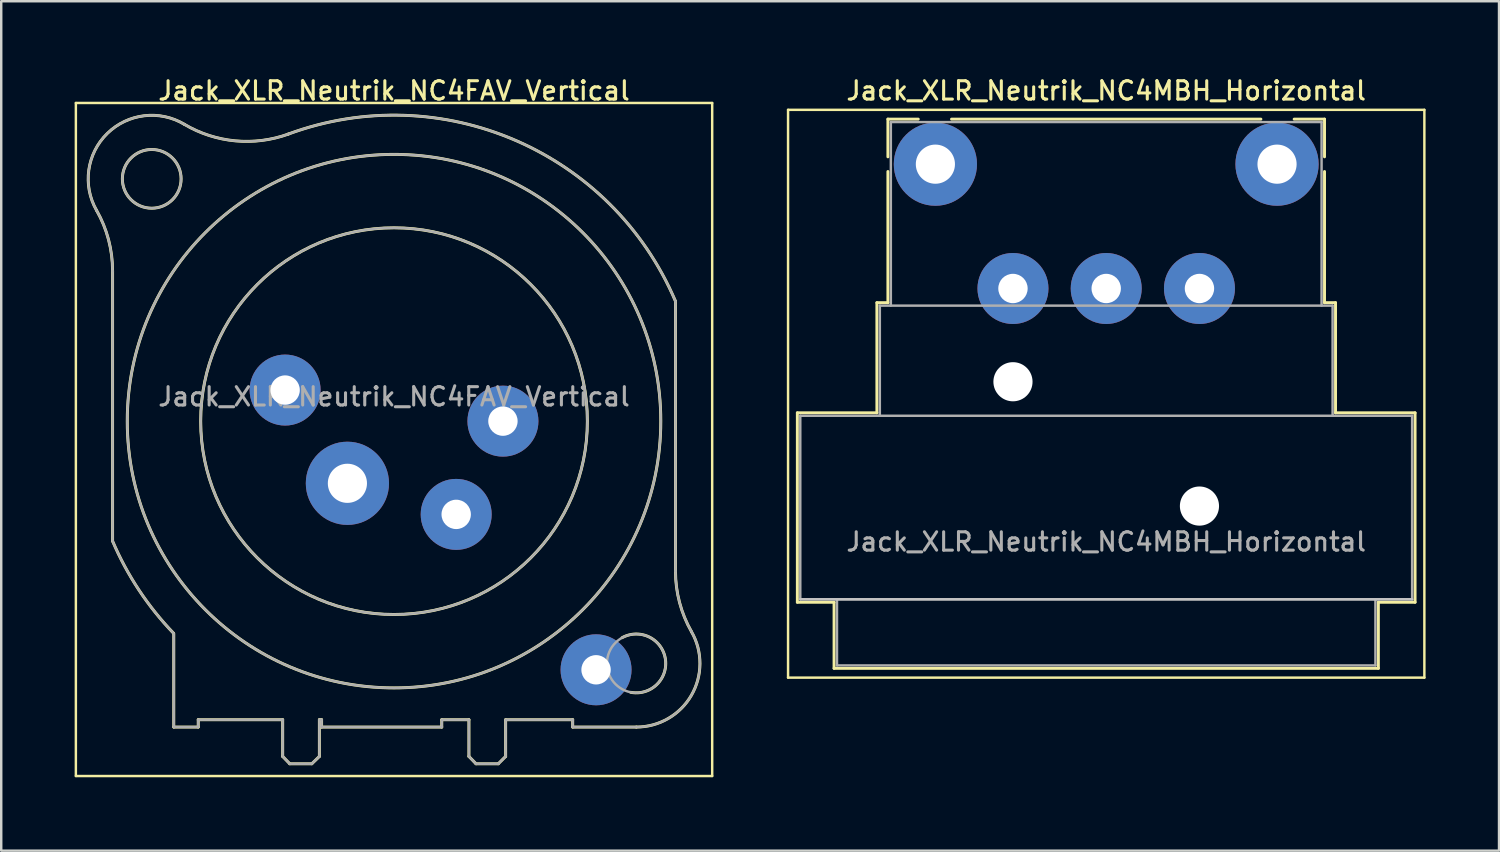
<source format=kicad_pcb>
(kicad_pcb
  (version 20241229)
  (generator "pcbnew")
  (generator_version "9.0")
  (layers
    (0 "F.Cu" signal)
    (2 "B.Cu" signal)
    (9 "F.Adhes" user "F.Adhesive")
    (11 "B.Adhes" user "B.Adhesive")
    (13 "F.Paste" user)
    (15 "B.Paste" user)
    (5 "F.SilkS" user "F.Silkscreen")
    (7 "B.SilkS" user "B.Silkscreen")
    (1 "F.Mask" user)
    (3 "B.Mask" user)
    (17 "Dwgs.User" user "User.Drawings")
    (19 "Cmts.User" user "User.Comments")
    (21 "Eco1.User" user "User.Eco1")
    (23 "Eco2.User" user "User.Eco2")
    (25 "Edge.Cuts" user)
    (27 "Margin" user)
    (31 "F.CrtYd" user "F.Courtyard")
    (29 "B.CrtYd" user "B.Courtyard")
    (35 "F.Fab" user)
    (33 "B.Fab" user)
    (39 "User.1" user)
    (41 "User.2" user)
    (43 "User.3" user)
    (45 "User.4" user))
  (footprint "Jack_XLR_Neutrik_NC4FAV_Vertical"
    (layer "F.Cu")
    (at 17.5 14.158)
    (property "Reference" "Jack_XLR_Neutrik_NC4FAV_Vertical" (at -4.45 -13.5 0) (layer "F.SilkS") (effects (font (size 0.75 0.75) (thickness 0.125))))
    (attr through_hole)
    (fp_line (start -17.45 -13) (end 8.55 -13) (stroke (width 0.1) (type solid)) (layer "F.SilkS"))
    (fp_line (start -17.45 14.5) (end -17.45 -13) (stroke (width 0.1) (type solid)) (layer "F.SilkS"))
    (fp_line (start -15.95 -6.13) (end -15.95 4.9) (stroke (width 0.12) (type solid)) (layer "F.SilkS"))
    (fp_line (start -13.45 8.68) (end -13.45 12.5) (stroke (width 0.12) (type solid)) (layer "F.SilkS"))
    (fp_line (start -12.45 12.2) (end -12.45 12.5) (stroke (width 0.12) (type solid)) (layer "F.SilkS"))
    (fp_line (start -12.45 12.5) (end -13.45 12.5) (stroke (width 0.12) (type solid)) (layer "F.SilkS"))
    (fp_line (start -9 12.2) (end -12.45 12.2) (stroke (width 0.12) (type solid)) (layer "F.SilkS"))
    (fp_line (start -9 12.2) (end -9 13.7) (stroke (width 0.12) (type solid)) (layer "F.SilkS"))
    (fp_line (start -9 13.7) (end -8.71 14) (stroke (width 0.12) (type solid)) (layer "F.SilkS"))
    (fp_line (start -8.71 14) (end -7.81 14) (stroke (width 0.12) (type solid)) (layer "F.SilkS"))
    (fp_line (start -7.5 12.2) (end -7.5 13.7) (stroke (width 0.12) (type solid)) (layer "F.SilkS"))
    (fp_line (start -7.5 13.7) (end -7.81 14) (stroke (width 0.12) (type solid)) (layer "F.SilkS"))
    (fp_line (start -7.41 12.2) (end -7.5 12.2) (stroke (width 0.12) (type solid)) (layer "F.SilkS"))
    (fp_line (start -7.41 12.2) (end -7.41 12.5) (stroke (width 0.12) (type solid)) (layer "F.SilkS"))
    (fp_line (start -2.5 12.2) (end -2.5 12.5) (stroke (width 0.12) (type solid)) (layer "F.SilkS"))
    (fp_line (start -2.5 12.2) (end -1.39 12.2) (stroke (width 0.12) (type solid)) (layer "F.SilkS"))
    (fp_line (start -2.5 12.5) (end -7.41 12.5) (stroke (width 0.12) (type solid)) (layer "F.SilkS"))
    (fp_line (start -1.39 12.2) (end -1.39 13.7) (stroke (width 0.12) (type solid)) (layer "F.SilkS"))
    (fp_line (start -1.39 13.7) (end -1.1 14) (stroke (width 0.12) (type solid)) (layer "F.SilkS"))
    (fp_line (start -1.1 14) (end -0.19 14) (stroke (width 0.12) (type solid)) (layer "F.SilkS"))
    (fp_line (start 0.11 12.2) (end 0.11 13.7) (stroke (width 0.12) (type solid)) (layer "F.SilkS"))
    (fp_line (start 0.11 12.2) (end 2.85 12.2) (stroke (width 0.12) (type solid)) (layer "F.SilkS"))
    (fp_line (start 0.11 13.7) (end -0.19 14) (stroke (width 0.12) (type solid)) (layer "F.SilkS"))
    (fp_line (start 2.85 12.2) (end 2.85 12.5) (stroke (width 0.12) (type solid)) (layer "F.SilkS"))
    (fp_line (start 5.45 12.5) (end 2.85 12.5) (stroke (width 0.12) (type solid)) (layer "F.SilkS"))
    (fp_line (start 7.05 6.13) (end 7.05 -4.9) (stroke (width 0.12) (type solid)) (layer "F.SilkS"))
    (fp_line (start 8.55 -13) (end 8.55 14.5) (stroke (width 0.1) (type solid)) (layer "F.SilkS"))
    (fp_line (start 8.55 14.5) (end -17.45 14.5) (stroke (width 0.1) (type solid)) (layer "F.SilkS"))
    (fp_arc (start -16.605678 -8.61403) (mid -16.167892 -11.753934) (end -13.02 -12.13) (stroke (width 0.12) (type solid)) (layer "F.SilkS"))
    (fp_arc (start -16.601888 -8.608607) (mid -16.114437 -7.411781) (end -15.95 -6.13) (stroke (width 0.12) (type solid)) (layer "F.SilkS"))
    (fp_arc (start -13.460471 8.664376) (mid -14.876528 6.89547) (end -15.95 4.9) (stroke (width 0.12) (type solid)) (layer "F.SilkS"))
    (fp_arc (start -8.782378 -11.725634) (mid 0.49884 -11.479067) (end 7.05 -4.9) (stroke (width 0.12) (type solid)) (layer "F.SilkS"))
    (fp_arc (start -8.765808 -11.730188) (mid -10.937772 -11.452682) (end -13.02 -12.13) (stroke (width 0.12) (type solid)) (layer "F.SilkS"))
    (fp_arc (start 4.867701 8.848226) (mid 6.637502 9.712546) (end 5.22 11.08) (stroke (width 0.12) (type solid)) (layer "F.SilkS"))
    (fp_arc (start 7.706842 8.607293) (mid 7.216999 7.411447) (end 7.05 6.13) (stroke (width 0.12) (type solid)) (layer "F.SilkS"))
    (fp_arc (start 7.708442 8.611807) (mid 7.698255 11.20589) (end 5.45 12.5) (stroke (width 0.12) (type solid)) (layer "F.SilkS"))
    (fp_circle (center -14.35 -9.9) (end -13.15 -9.9) (stroke (width 0.12) (type solid)) (fill no) (layer "F.SilkS"))
    (fp_circle (center -4.45 0) (end 3.45 0) (stroke (width 0.12) (type solid)) (fill no) (layer "F.SilkS"))
    (fp_circle (center -4.45 0) (end 6.45 0) (stroke (width 0.12) (type solid)) (fill no) (layer "F.SilkS"))
    (fp_line (start -15.95 -6.13) (end -15.95 4.9) (stroke (width 0.1) (type solid)) (layer "F.Fab"))
    (fp_line (start -13.45 8.68) (end -13.45 12.5) (stroke (width 0.1) (type solid)) (layer "F.Fab"))
    (fp_line (start -12.45 12.2) (end -12.45 12.5) (stroke (width 0.1) (type solid)) (layer "F.Fab"))
    (fp_line (start -12.45 12.5) (end -13.45 12.5) (stroke (width 0.1) (type solid)) (layer "F.Fab"))
    (fp_line (start -9 12.2) (end -12.45 12.2) (stroke (width 0.1) (type solid)) (layer "F.Fab"))
    (fp_line (start -9 12.2) (end -9 13.7) (stroke (width 0.1) (type solid)) (layer "F.Fab"))
    (fp_line (start -9 13.7) (end -8.71 14) (stroke (width 0.1) (type solid)) (layer "F.Fab"))
    (fp_line (start -8.71 14) (end -7.81 14) (stroke (width 0.1) (type solid)) (layer "F.Fab"))
    (fp_line (start -7.5 12.2) (end -7.5 13.7) (stroke (width 0.1) (type solid)) (layer "F.Fab"))
    (fp_line (start -7.5 13.7) (end -7.81 14) (stroke (width 0.1) (type solid)) (layer "F.Fab"))
    (fp_line (start -7.41 12.2) (end -7.5 12.2) (stroke (width 0.1) (type solid)) (layer "F.Fab"))
    (fp_line (start -7.41 12.2) (end -7.41 12.5) (stroke (width 0.1) (type solid)) (layer "F.Fab"))
    (fp_line (start -2.5 12.2) (end -2.5 12.5) (stroke (width 0.1) (type solid)) (layer "F.Fab"))
    (fp_line (start -2.5 12.2) (end -1.39 12.2) (stroke (width 0.1) (type solid)) (layer "F.Fab"))
    (fp_line (start -2.5 12.5) (end -7.41 12.5) (stroke (width 0.1) (type solid)) (layer "F.Fab"))
    (fp_line (start -1.39 12.2) (end -1.39 13.7) (stroke (width 0.1) (type solid)) (layer "F.Fab"))
    (fp_line (start -1.39 13.7) (end -1.1 14) (stroke (width 0.1) (type solid)) (layer "F.Fab"))
    (fp_line (start -1.1 14) (end -0.19 14) (stroke (width 0.1) (type solid)) (layer "F.Fab"))
    (fp_line (start 0.11 12.2) (end 0.11 13.7) (stroke (width 0.1) (type solid)) (layer "F.Fab"))
    (fp_line (start 0.11 12.2) (end 2.85 12.2) (stroke (width 0.1) (type solid)) (layer "F.Fab"))
    (fp_line (start 0.11 13.7) (end -0.19 14) (stroke (width 0.1) (type solid)) (layer "F.Fab"))
    (fp_line (start 2.85 12.2) (end 2.85 12.5) (stroke (width 0.1) (type solid)) (layer "F.Fab"))
    (fp_line (start 5.45 12.5) (end 2.85 12.5) (stroke (width 0.1) (type solid)) (layer "F.Fab"))
    (fp_line (start 7.05 6.13) (end 7.05 -4.9) (stroke (width 0.1) (type solid)) (layer "F.Fab"))
    (fp_arc (start -16.605678 -8.61403) (mid -16.167892 -11.753934) (end -13.02 -12.13) (stroke (width 0.1) (type solid)) (layer "F.Fab"))
    (fp_arc (start -16.601888 -8.608607) (mid -16.114437 -7.411781) (end -15.95 -6.13) (stroke (width 0.1) (type solid)) (layer "F.Fab"))
    (fp_arc (start -13.460471 8.664376) (mid -14.876528 6.89547) (end -15.95 4.9) (stroke (width 0.1) (type solid)) (layer "F.Fab"))
    (fp_arc (start -8.782378 -11.725634) (mid 0.49884 -11.479067) (end 7.05 -4.9) (stroke (width 0.1) (type solid)) (layer "F.Fab"))
    (fp_arc (start -8.765808 -11.730188) (mid -10.937772 -11.452682) (end -13.02 -12.13) (stroke (width 0.1) (type solid)) (layer "F.Fab"))
    (fp_arc (start 7.706842 8.607293) (mid 7.216999 7.411447) (end 7.05 6.13) (stroke (width 0.1) (type solid)) (layer "F.Fab"))
    (fp_arc (start 7.708442 8.611807) (mid 7.698255 11.20589) (end 5.45 12.5) (stroke (width 0.1) (type solid)) (layer "F.Fab"))
    (fp_circle (center -14.35 -9.9) (end -13.15 -9.9) (stroke (width 0.1) (type solid)) (fill no) (layer "F.Fab"))
    (fp_circle (center -4.45 0) (end 3.45 0) (stroke (width 0.1) (type solid)) (fill no) (layer "F.Fab"))
    (fp_circle (center -4.45 0) (end 6.45 0) (stroke (width 0.1) (type solid)) (fill no) (layer "F.Fab"))
    (fp_circle (center 5.45 9.9) (end 6.65 9.9) (stroke (width 0.1) (type solid)) (fill no) (layer "F.Fab"))
    (fp_text user "${REFERENCE}" (at -4.45 -1 0) (layer "F.Fab") (effects (font (size 0.75 0.75) (thickness 0.125))))
    (pad "1" thru_hole circle (at 0 0) (size 2.9 2.9) (drill 1.2) (layers "*.Cu" "*.Mask"))
    (pad "2" thru_hole circle (at -1.91 3.81) (size 2.9 2.9) (drill 1.2) (layers "*.Cu" "*.Mask"))
    (pad "3" thru_hole circle (at -6.355 2.54) (size 3.4 3.4) (drill 1.6) (layers "*.Cu" "*.Mask"))
    (pad "4" thru_hole circle (at -8.9 -1.27) (size 2.9 2.9) (drill 1.2) (layers "*.Cu" "*.Mask"))
    (pad "G" thru_hole circle (at 3.805 10.16) (size 2.9 2.9) (drill 1.2) (layers "*.Cu" "*.Mask")))
  (footprint "Jack_XLR_Neutrik_NC4MBH_Horizontal"
    (layer "F.Cu")
    (at 35.17 3.658)
    (property "Reference" "Jack_XLR_Neutrik_NC4MBH_Horizontal" (at 6.98 -3 0) (layer "F.SilkS") (effects (font (size 0.75 0.75) (thickness 0.125))))
    (attr through_hole)
    (fp_line (start -6.02 20.98) (end -6.02 -2.22) (stroke (width 0.1) (type solid)) (layer "F.SilkS"))
    (fp_line (start -5.64 10.16) (end -2.39 10.16) (stroke (width 0.12) (type solid)) (layer "F.SilkS"))
    (fp_line (start -5.64 17.9) (end -5.64 10.16) (stroke (width 0.12) (type solid)) (layer "F.SilkS"))
    (fp_line (start -4.14 17.9) (end -5.64 17.9) (stroke (width 0.12) (type solid)) (layer "F.SilkS"))
    (fp_line (start -4.14 17.9) (end -4.14 20.6) (stroke (width 0.12) (type solid)) (layer "F.SilkS"))
    (fp_line (start -2.39 10.16) (end -2.39 5.66) (stroke (width 0.12) (type solid)) (layer "F.SilkS"))
    (fp_line (start -1.94 -1.84) (end -1.94 -0.3) (stroke (width 0.12) (type solid)) (layer "F.SilkS"))
    (fp_line (start -1.94 -1.84) (end -0.7 -1.84) (stroke (width 0.12) (type solid)) (layer "F.SilkS"))
    (fp_line (start -1.94 5.66) (end -2.39 5.66) (stroke (width 0.12) (type solid)) (layer "F.SilkS"))
    (fp_line (start -1.94 5.66) (end -1.94 0.3) (stroke (width 0.12) (type solid)) (layer "F.SilkS"))
    (fp_line (start 13.3 -1.84) (end 0.66 -1.84) (stroke (width 0.12) (type solid)) (layer "F.SilkS"))
    (fp_line (start 15.9 -1.84) (end 14.66 -1.84) (stroke (width 0.12) (type solid)) (layer "F.SilkS"))
    (fp_line (start 15.9 -1.84) (end 15.9 -0.3) (stroke (width 0.12) (type solid)) (layer "F.SilkS"))
    (fp_line (start 15.9 5.66) (end 15.9 0.3) (stroke (width 0.12) (type solid)) (layer "F.SilkS"))
    (fp_line (start 15.9 5.66) (end 16.35 5.66) (stroke (width 0.12) (type solid)) (layer "F.SilkS"))
    (fp_line (start 16.35 10.16) (end 16.35 5.66) (stroke (width 0.12) (type solid)) (layer "F.SilkS"))
    (fp_line (start 16.35 10.16) (end 19.6 10.16) (stroke (width 0.12) (type solid)) (layer "F.SilkS"))
    (fp_line (start 18.1 17.9) (end 18.1 20.6) (stroke (width 0.12) (type solid)) (layer "F.SilkS"))
    (fp_line (start 18.1 20.6) (end -4.14 20.6) (stroke (width 0.12) (type solid)) (layer "F.SilkS"))
    (fp_line (start 19.6 17.9) (end 18.1 17.9) (stroke (width 0.12) (type solid)) (layer "F.SilkS"))
    (fp_line (start 19.6 17.9) (end 19.6 10.16) (stroke (width 0.12) (type solid)) (layer "F.SilkS"))
    (fp_line (start 19.98 -2.22) (end -6.02 -2.22) (stroke (width 0.1) (type solid)) (layer "F.SilkS"))
    (fp_line (start 19.98 20.98) (end -6.02 20.98) (stroke (width 0.1) (type solid)) (layer "F.SilkS"))
    (fp_line (start 19.98 20.98) (end 19.98 -2.22) (stroke (width 0.1) (type solid)) (layer "F.SilkS"))
    (fp_line (start 19.48 17.78) (end -5.52 17.78) (stroke (width 0.1) (type solid)) (layer "Dwgs.User"))
    (fp_line (start -5.52 10.28) (end 19.48 10.28) (stroke (width 0.1) (type solid)) (layer "F.Fab"))
    (fp_line (start -5.52 17.78) (end -5.52 10.28) (stroke (width 0.1) (type solid)) (layer "F.Fab"))
    (fp_line (start -4.02 20.48) (end -4.02 17.78) (stroke (width 0.1) (type solid)) (layer "F.Fab"))
    (fp_line (start -2.27 5.78) (end -2.27 10.28) (stroke (width 0.1) (type solid)) (layer "F.Fab"))
    (fp_line (start -2.27 5.78) (end 16.23 5.78) (stroke (width 0.1) (type solid)) (layer "F.Fab"))
    (fp_line (start -1.82 5.78) (end -1.82 -1.72) (stroke (width 0.1) (type solid)) (layer "F.Fab"))
    (fp_line (start 15.78 -1.72) (end -1.82 -1.72) (stroke (width 0.1) (type solid)) (layer "F.Fab"))
    (fp_line (start 15.78 5.78) (end 15.78 -1.72) (stroke (width 0.1) (type solid)) (layer "F.Fab"))
    (fp_line (start 16.23 10.28) (end 16.23 5.78) (stroke (width 0.1) (type solid)) (layer "F.Fab"))
    (fp_line (start 17.98 17.78) (end 17.98 20.48) (stroke (width 0.1) (type solid)) (layer "F.Fab"))
    (fp_line (start 17.98 20.48) (end -4.02 20.48) (stroke (width 0.1) (type solid)) (layer "F.Fab"))
    (fp_line (start 19.48 10.28) (end 19.48 17.78) (stroke (width 0.1) (type solid)) (layer "F.Fab"))
    (fp_line (start 19.48 17.78) (end -5.52 17.78) (stroke (width 0.1) (type solid)) (layer "F.Fab"))
    (fp_text user "${REFERENCE}" (at 6.98 15.43 0) (layer "F.Fab") (effects (font (size 0.75 0.75) (thickness 0.125))))
    (pad "" np_thru_hole circle (at 3.17 8.89) (size 1.6 1.6) (drill 1.6) (layers "*.Cu" "*.Mask"))
    (pad "" np_thru_hole circle (at 10.79 13.97) (size 1.6 1.6) (drill 1.6) (layers "*.Cu" "*.Mask"))
    (pad "1" thru_hole circle (at 0 0) (size 3.4 3.4) (drill 1.6) (layers "*.Cu" "*.Mask"))
    (pad "2" thru_hole circle (at 3.17 5.08) (size 2.9 2.9) (drill 1.2) (layers "*.Cu" "*.Mask"))
    (pad "3" thru_hole circle (at 10.79 5.08) (size 2.9 2.9) (drill 1.2) (layers "*.Cu" "*.Mask"))
    (pad "4" thru_hole circle (at 13.96 0) (size 3.4 3.4) (drill 1.6) (layers "*.Cu" "*.Mask"))
    (pad "G" thru_hole circle (at 6.98 5.08) (size 2.9 2.9) (drill 1.2) (layers "*.Cu" "*.Mask")))
  (gr_rect
    (start -3 -3)
    (end 58.2 31.708)
    (stroke (width 0.1) (type default))
    (fill no)
    (layer "Edge.Cuts")))
</source>
